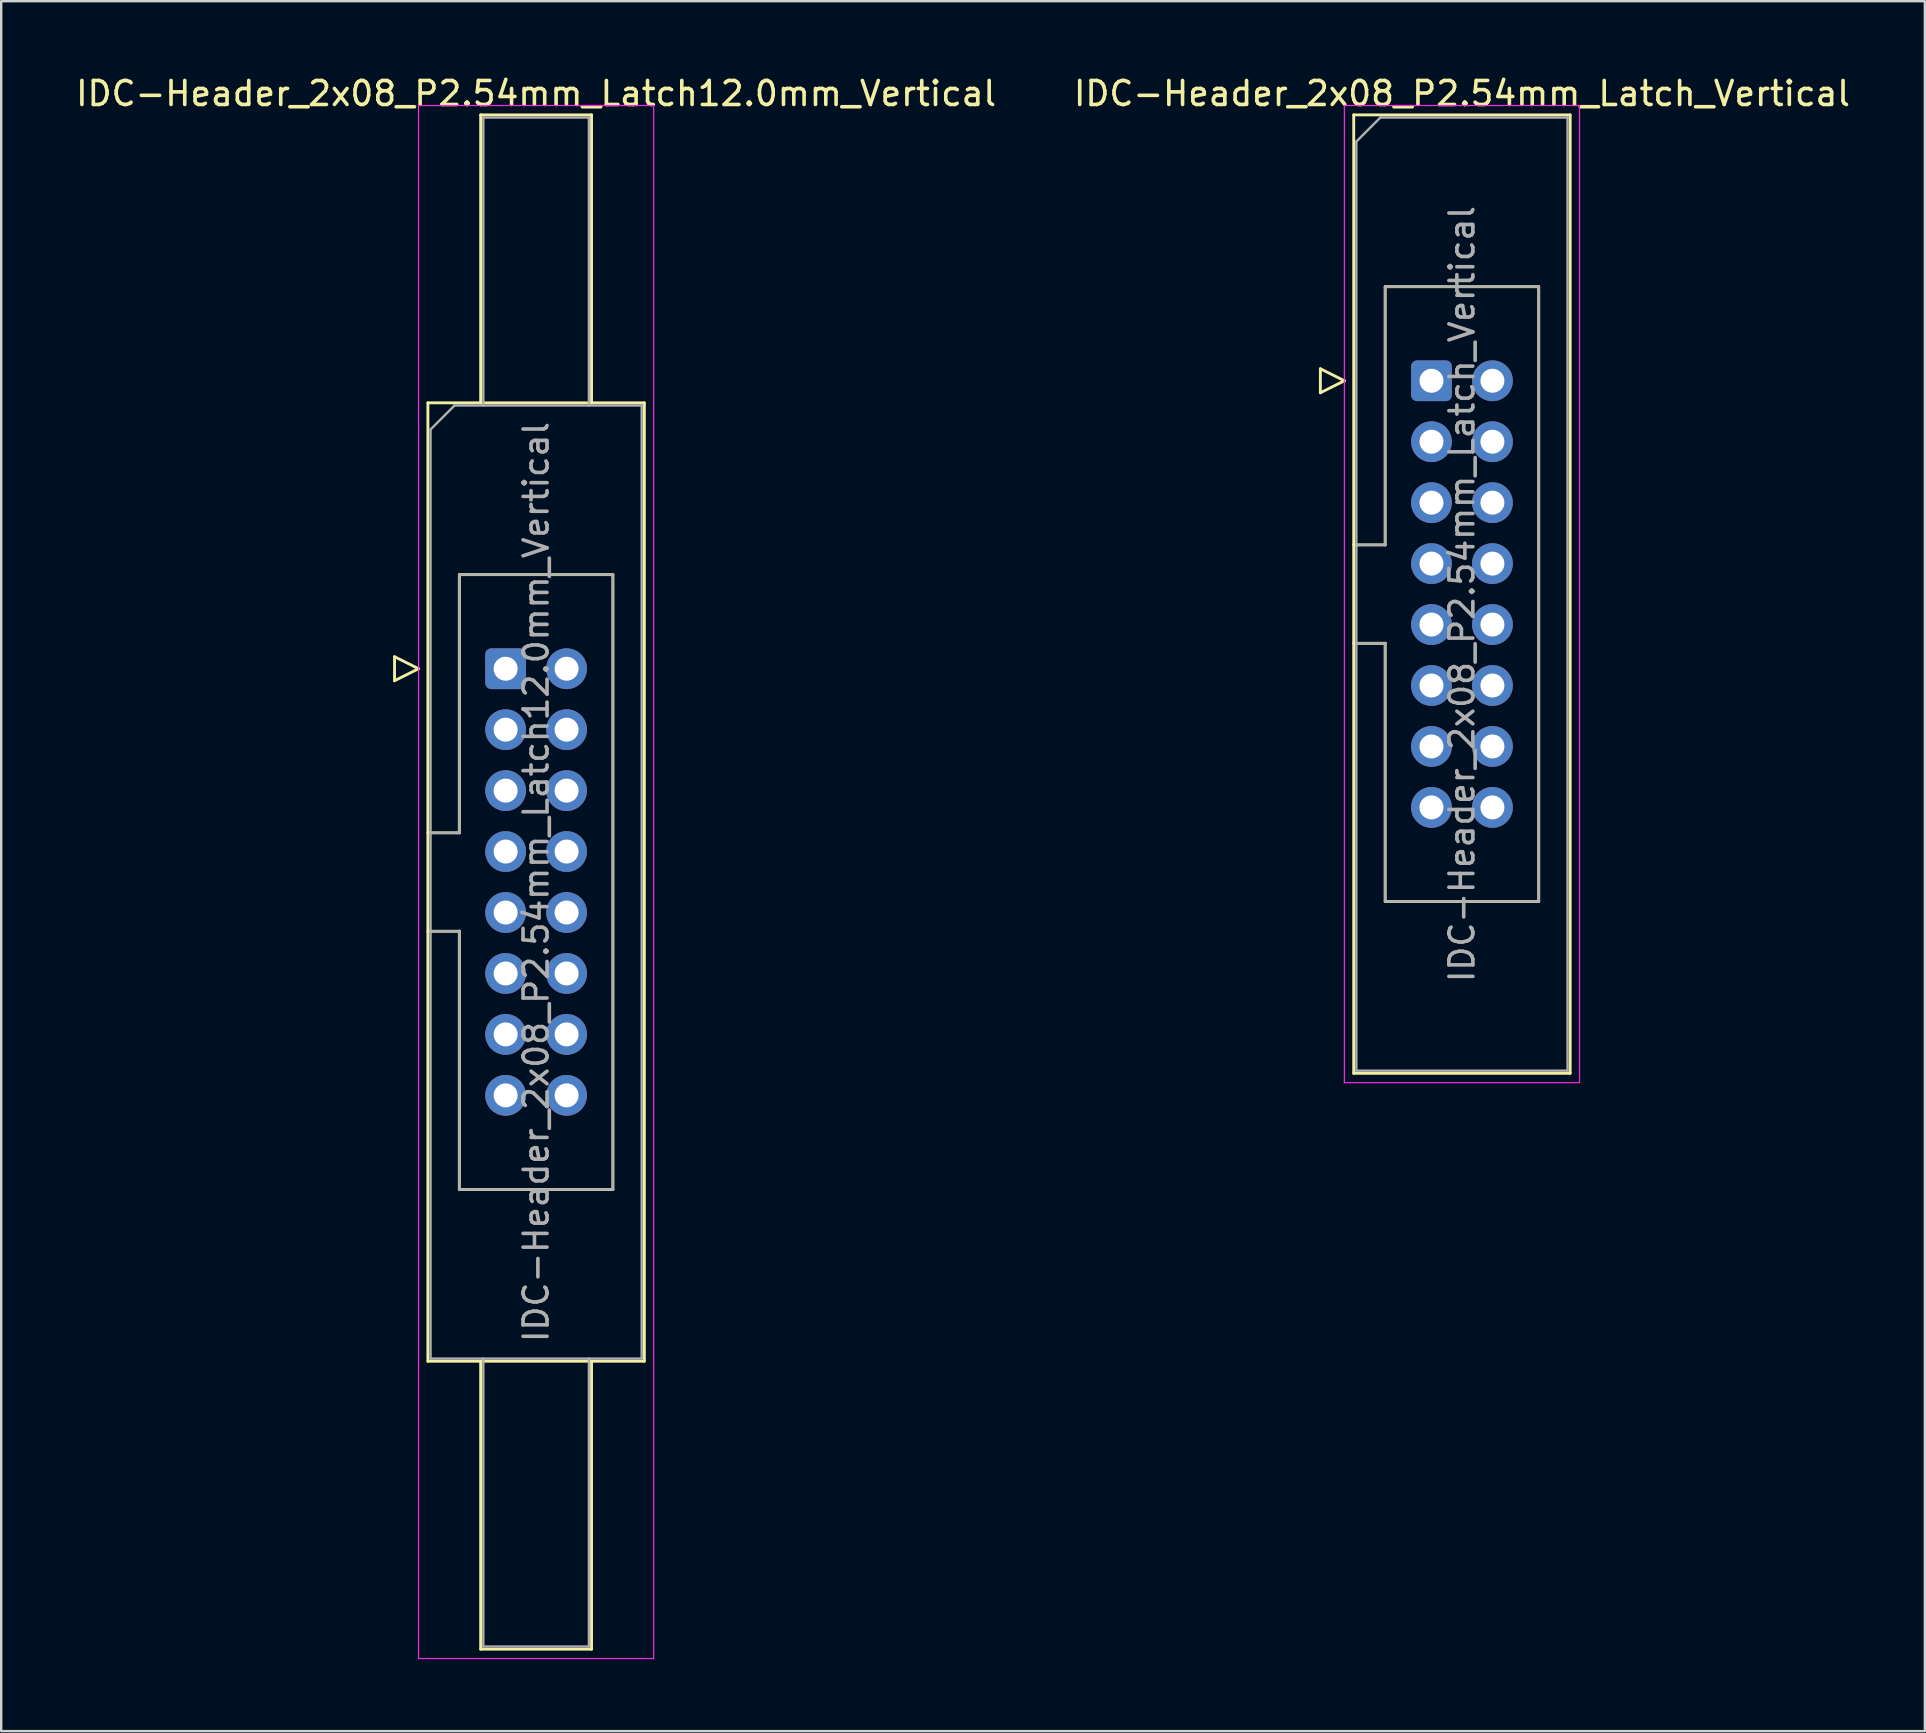
<source format=kicad_pcb>
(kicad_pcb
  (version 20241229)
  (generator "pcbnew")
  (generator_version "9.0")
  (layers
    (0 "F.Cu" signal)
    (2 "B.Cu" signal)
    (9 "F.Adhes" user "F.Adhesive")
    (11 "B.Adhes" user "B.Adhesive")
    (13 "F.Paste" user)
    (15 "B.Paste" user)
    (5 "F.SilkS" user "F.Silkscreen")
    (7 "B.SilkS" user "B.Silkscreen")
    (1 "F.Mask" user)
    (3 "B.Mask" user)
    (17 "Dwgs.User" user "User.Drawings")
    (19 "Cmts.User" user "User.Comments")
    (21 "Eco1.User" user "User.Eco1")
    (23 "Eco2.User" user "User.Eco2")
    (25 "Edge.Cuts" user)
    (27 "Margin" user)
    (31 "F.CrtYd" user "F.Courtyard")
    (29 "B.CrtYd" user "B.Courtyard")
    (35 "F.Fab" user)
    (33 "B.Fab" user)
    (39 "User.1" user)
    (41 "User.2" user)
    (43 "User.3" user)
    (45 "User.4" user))
  (footprint "IDC-Header_2x08_P2.54mm_Latch12.0mm_Vertical"
    (layer "F.Cu")
    (at 18.022 24.818)
    (property "Reference" "IDC-Header_2x08_P2.54mm_Latch12.0mm_Vertical" (at 1.27 -23.97 0) (layer "F.SilkS") (effects (font (size 1 1) (thickness 0.15))))
    (attr through_hole)
    (fp_line (start -4.63 -0.5) (end -4.63 0.5) (stroke (width 0.12) (type solid)) (layer "F.SilkS"))
    (fp_line (start -4.63 0.5) (end -3.63 0) (stroke (width 0.12) (type solid)) (layer "F.SilkS"))
    (fp_line (start -3.63 0) (end -4.63 -0.5) (stroke (width 0.12) (type solid)) (layer "F.SilkS"))
    (fp_line (start -3.24 -11.08) (end 5.78 -11.08) (stroke (width 0.12) (type solid)) (layer "F.SilkS"))
    (fp_line (start -3.24 6.84) (end -1.93 6.84) (stroke (width 0.12) (type solid)) (layer "F.SilkS"))
    (fp_line (start -3.24 28.86) (end -3.24 -11.08) (stroke (width 0.12) (type solid)) (layer "F.SilkS"))
    (fp_line (start -1.93 -3.92) (end 4.47 -3.92) (stroke (width 0.12) (type solid)) (layer "F.SilkS"))
    (fp_line (start -1.93 6.84) (end -1.93 -3.92) (stroke (width 0.12) (type solid)) (layer "F.SilkS"))
    (fp_line (start -1.93 10.94) (end -3.24 10.94) (stroke (width 0.12) (type solid)) (layer "F.SilkS"))
    (fp_line (start -1.93 10.94) (end -1.93 10.94) (stroke (width 0.12) (type solid)) (layer "F.SilkS"))
    (fp_line (start -1.93 21.7) (end -1.93 10.94) (stroke (width 0.12) (type solid)) (layer "F.SilkS"))
    (fp_line (start -1.04 -23.08) (end 3.58 -23.08) (stroke (width 0.12) (type solid)) (layer "F.SilkS"))
    (fp_line (start -1.04 -11.08) (end -1.04 -23.08) (stroke (width 0.12) (type solid)) (layer "F.SilkS"))
    (fp_line (start -1.04 28.86) (end -1.04 40.86) (stroke (width 0.12) (type solid)) (layer "F.SilkS"))
    (fp_line (start -1.04 40.86) (end 3.58 40.86) (stroke (width 0.12) (type solid)) (layer "F.SilkS"))
    (fp_line (start 3.58 -23.08) (end 3.58 -11.08) (stroke (width 0.12) (type solid)) (layer "F.SilkS"))
    (fp_line (start 3.58 40.86) (end 3.58 28.86) (stroke (width 0.12) (type solid)) (layer "F.SilkS"))
    (fp_line (start 4.47 -3.92) (end 4.47 21.7) (stroke (width 0.12) (type solid)) (layer "F.SilkS"))
    (fp_line (start 4.47 21.7) (end -1.93 21.7) (stroke (width 0.12) (type solid)) (layer "F.SilkS"))
    (fp_line (start 5.78 -11.08) (end 5.78 28.86) (stroke (width 0.12) (type solid)) (layer "F.SilkS"))
    (fp_line (start 5.78 28.86) (end -3.24 28.86) (stroke (width 0.12) (type solid)) (layer "F.SilkS"))
    (fp_line (start -3.63 -23.47) (end -3.63 41.25) (stroke (width 0.05) (type solid)) (layer "F.CrtYd"))
    (fp_line (start -3.63 41.25) (end 6.17 41.25) (stroke (width 0.05) (type solid)) (layer "F.CrtYd"))
    (fp_line (start 6.17 -23.47) (end -3.63 -23.47) (stroke (width 0.05) (type solid)) (layer "F.CrtYd"))
    (fp_line (start 6.17 41.25) (end 6.17 -23.47) (stroke (width 0.05) (type solid)) (layer "F.CrtYd"))
    (fp_line (start -3.13 -9.97) (end -2.13 -10.97) (stroke (width 0.1) (type solid)) (layer "F.Fab"))
    (fp_line (start -3.13 6.84) (end -1.93 6.84) (stroke (width 0.1) (type solid)) (layer "F.Fab"))
    (fp_line (start -3.13 28.75) (end -3.13 -9.97) (stroke (width 0.1) (type solid)) (layer "F.Fab"))
    (fp_line (start -2.13 -10.97) (end 5.67 -10.97) (stroke (width 0.1) (type solid)) (layer "F.Fab"))
    (fp_line (start -1.93 -3.92) (end 4.47 -3.92) (stroke (width 0.1) (type solid)) (layer "F.Fab"))
    (fp_line (start -1.93 6.84) (end -1.93 -3.92) (stroke (width 0.1) (type solid)) (layer "F.Fab"))
    (fp_line (start -1.93 10.94) (end -3.13 10.94) (stroke (width 0.1) (type solid)) (layer "F.Fab"))
    (fp_line (start -1.93 10.94) (end -1.93 10.94) (stroke (width 0.1) (type solid)) (layer "F.Fab"))
    (fp_line (start -1.93 21.7) (end -1.93 10.94) (stroke (width 0.1) (type solid)) (layer "F.Fab"))
    (fp_line (start -0.93 -22.97) (end 3.47 -22.97) (stroke (width 0.1) (type solid)) (layer "F.Fab"))
    (fp_line (start -0.93 -10.97) (end -0.93 -22.97) (stroke (width 0.1) (type solid)) (layer "F.Fab"))
    (fp_line (start -0.93 28.75) (end -0.93 40.75) (stroke (width 0.1) (type solid)) (layer "F.Fab"))
    (fp_line (start -0.93 40.75) (end 3.47 40.75) (stroke (width 0.1) (type solid)) (layer "F.Fab"))
    (fp_line (start 3.47 -22.97) (end 3.47 -10.97) (stroke (width 0.1) (type solid)) (layer "F.Fab"))
    (fp_line (start 3.47 40.75) (end 3.47 28.75) (stroke (width 0.1) (type solid)) (layer "F.Fab"))
    (fp_line (start 4.47 -3.92) (end 4.47 21.7) (stroke (width 0.1) (type solid)) (layer "F.Fab"))
    (fp_line (start 4.47 21.7) (end -1.93 21.7) (stroke (width 0.1) (type solid)) (layer "F.Fab"))
    (fp_line (start 5.67 -10.97) (end 5.67 28.75) (stroke (width 0.1) (type solid)) (layer "F.Fab"))
    (fp_line (start 5.67 28.75) (end -3.13 28.75) (stroke (width 0.1) (type solid)) (layer "F.Fab"))
    (fp_text user "${REFERENCE}" (at 1.27 8.89 90) (layer "F.Fab") (effects (font (size 1 1) (thickness 0.15))))
    (pad "1" thru_hole roundrect (at 0 0) (size 1.7 1.7) (drill 1) (layers "*.Cu" "*.Mask") (roundrect_rratio 0.147))
    (pad "2" thru_hole circle (at 2.54 0) (size 1.7 1.7) (drill 1) (layers "*.Cu" "*.Mask"))
    (pad "3" thru_hole circle (at 0 2.54) (size 1.7 1.7) (drill 1) (layers "*.Cu" "*.Mask"))
    (pad "4" thru_hole circle (at 2.54 2.54) (size 1.7 1.7) (drill 1) (layers "*.Cu" "*.Mask"))
    (pad "5" thru_hole circle (at 0 5.08) (size 1.7 1.7) (drill 1) (layers "*.Cu" "*.Mask"))
    (pad "6" thru_hole circle (at 2.54 5.08) (size 1.7 1.7) (drill 1) (layers "*.Cu" "*.Mask"))
    (pad "7" thru_hole circle (at 0 7.62) (size 1.7 1.7) (drill 1) (layers "*.Cu" "*.Mask"))
    (pad "8" thru_hole circle (at 2.54 7.62) (size 1.7 1.7) (drill 1) (layers "*.Cu" "*.Mask"))
    (pad "9" thru_hole circle (at 0 10.16) (size 1.7 1.7) (drill 1) (layers "*.Cu" "*.Mask"))
    (pad "10" thru_hole circle (at 2.54 10.16) (size 1.7 1.7) (drill 1) (layers "*.Cu" "*.Mask"))
    (pad "11" thru_hole circle (at 0 12.7) (size 1.7 1.7) (drill 1) (layers "*.Cu" "*.Mask"))
    (pad "12" thru_hole circle (at 2.54 12.7) (size 1.7 1.7) (drill 1) (layers "*.Cu" "*.Mask"))
    (pad "13" thru_hole circle (at 0 15.24) (size 1.7 1.7) (drill 1) (layers "*.Cu" "*.Mask"))
    (pad "14" thru_hole circle (at 2.54 15.24) (size 1.7 1.7) (drill 1) (layers "*.Cu" "*.Mask"))
    (pad "15" thru_hole circle (at 0 17.78) (size 1.7 1.7) (drill 1) (layers "*.Cu" "*.Mask"))
    (pad "16" thru_hole circle (at 2.54 17.78) (size 1.7 1.7) (drill 1) (layers "*.Cu" "*.Mask")))
  (footprint "IDC-Header_2x08_P2.54mm_Latch_Vertical"
    (layer "F.Cu")
    (at 56.605 12.818)
    (property "Reference" "IDC-Header_2x08_P2.54mm_Latch_Vertical" (at 1.27 -11.97 0) (layer "F.SilkS") (effects (font (size 1 1) (thickness 0.15))))
    (attr through_hole)
    (fp_line (start -4.63 -0.5) (end -4.63 0.5) (stroke (width 0.12) (type solid)) (layer "F.SilkS"))
    (fp_line (start -4.63 0.5) (end -3.63 0) (stroke (width 0.12) (type solid)) (layer "F.SilkS"))
    (fp_line (start -3.63 0) (end -4.63 -0.5) (stroke (width 0.12) (type solid)) (layer "F.SilkS"))
    (fp_line (start -3.24 -11.08) (end 5.78 -11.08) (stroke (width 0.12) (type solid)) (layer "F.SilkS"))
    (fp_line (start -3.24 6.84) (end -1.93 6.84) (stroke (width 0.12) (type solid)) (layer "F.SilkS"))
    (fp_line (start -3.24 28.86) (end -3.24 -11.08) (stroke (width 0.12) (type solid)) (layer "F.SilkS"))
    (fp_line (start -1.93 -3.92) (end 4.47 -3.92) (stroke (width 0.12) (type solid)) (layer "F.SilkS"))
    (fp_line (start -1.93 6.84) (end -1.93 -3.92) (stroke (width 0.12) (type solid)) (layer "F.SilkS"))
    (fp_line (start -1.93 10.94) (end -3.24 10.94) (stroke (width 0.12) (type solid)) (layer "F.SilkS"))
    (fp_line (start -1.93 10.94) (end -1.93 10.94) (stroke (width 0.12) (type solid)) (layer "F.SilkS"))
    (fp_line (start -1.93 21.7) (end -1.93 10.94) (stroke (width 0.12) (type solid)) (layer "F.SilkS"))
    (fp_line (start 4.47 -3.92) (end 4.47 21.7) (stroke (width 0.12) (type solid)) (layer "F.SilkS"))
    (fp_line (start 4.47 21.7) (end -1.93 21.7) (stroke (width 0.12) (type solid)) (layer "F.SilkS"))
    (fp_line (start 5.78 -11.08) (end 5.78 28.86) (stroke (width 0.12) (type solid)) (layer "F.SilkS"))
    (fp_line (start 5.78 28.86) (end -3.24 28.86) (stroke (width 0.12) (type solid)) (layer "F.SilkS"))
    (fp_line (start -3.63 -11.47) (end -3.63 29.25) (stroke (width 0.05) (type solid)) (layer "F.CrtYd"))
    (fp_line (start -3.63 29.25) (end 6.17 29.25) (stroke (width 0.05) (type solid)) (layer "F.CrtYd"))
    (fp_line (start 6.17 -11.47) (end -3.63 -11.47) (stroke (width 0.05) (type solid)) (layer "F.CrtYd"))
    (fp_line (start 6.17 29.25) (end 6.17 -11.47) (stroke (width 0.05) (type solid)) (layer "F.CrtYd"))
    (fp_line (start -3.13 -9.97) (end -2.13 -10.97) (stroke (width 0.1) (type solid)) (layer "F.Fab"))
    (fp_line (start -3.13 6.84) (end -1.93 6.84) (stroke (width 0.1) (type solid)) (layer "F.Fab"))
    (fp_line (start -3.13 28.75) (end -3.13 -9.97) (stroke (width 0.1) (type solid)) (layer "F.Fab"))
    (fp_line (start -2.13 -10.97) (end 5.67 -10.97) (stroke (width 0.1) (type solid)) (layer "F.Fab"))
    (fp_line (start -1.93 -3.92) (end 4.47 -3.92) (stroke (width 0.1) (type solid)) (layer "F.Fab"))
    (fp_line (start -1.93 6.84) (end -1.93 -3.92) (stroke (width 0.1) (type solid)) (layer "F.Fab"))
    (fp_line (start -1.93 10.94) (end -3.13 10.94) (stroke (width 0.1) (type solid)) (layer "F.Fab"))
    (fp_line (start -1.93 10.94) (end -1.93 10.94) (stroke (width 0.1) (type solid)) (layer "F.Fab"))
    (fp_line (start -1.93 21.7) (end -1.93 10.94) (stroke (width 0.1) (type solid)) (layer "F.Fab"))
    (fp_line (start 4.47 -3.92) (end 4.47 21.7) (stroke (width 0.1) (type solid)) (layer "F.Fab"))
    (fp_line (start 4.47 21.7) (end -1.93 21.7) (stroke (width 0.1) (type solid)) (layer "F.Fab"))
    (fp_line (start 5.67 -10.97) (end 5.67 28.75) (stroke (width 0.1) (type solid)) (layer "F.Fab"))
    (fp_line (start 5.67 28.75) (end -3.13 28.75) (stroke (width 0.1) (type solid)) (layer "F.Fab"))
    (fp_text user "${REFERENCE}" (at 1.27 8.89 90) (layer "F.Fab") (effects (font (size 1 1) (thickness 0.15))))
    (pad "1" thru_hole roundrect (at 0 0) (size 1.7 1.7) (drill 1) (layers "*.Cu" "*.Mask") (roundrect_rratio 0.147))
    (pad "2" thru_hole circle (at 2.54 0) (size 1.7 1.7) (drill 1) (layers "*.Cu" "*.Mask"))
    (pad "3" thru_hole circle (at 0 2.54) (size 1.7 1.7) (drill 1) (layers "*.Cu" "*.Mask"))
    (pad "4" thru_hole circle (at 2.54 2.54) (size 1.7 1.7) (drill 1) (layers "*.Cu" "*.Mask"))
    (pad "5" thru_hole circle (at 0 5.08) (size 1.7 1.7) (drill 1) (layers "*.Cu" "*.Mask"))
    (pad "6" thru_hole circle (at 2.54 5.08) (size 1.7 1.7) (drill 1) (layers "*.Cu" "*.Mask"))
    (pad "7" thru_hole circle (at 0 7.62) (size 1.7 1.7) (drill 1) (layers "*.Cu" "*.Mask"))
    (pad "8" thru_hole circle (at 2.54 7.62) (size 1.7 1.7) (drill 1) (layers "*.Cu" "*.Mask"))
    (pad "9" thru_hole circle (at 0 10.16) (size 1.7 1.7) (drill 1) (layers "*.Cu" "*.Mask"))
    (pad "10" thru_hole circle (at 2.54 10.16) (size 1.7 1.7) (drill 1) (layers "*.Cu" "*.Mask"))
    (pad "11" thru_hole circle (at 0 12.7) (size 1.7 1.7) (drill 1) (layers "*.Cu" "*.Mask"))
    (pad "12" thru_hole circle (at 2.54 12.7) (size 1.7 1.7) (drill 1) (layers "*.Cu" "*.Mask"))
    (pad "13" thru_hole circle (at 0 15.24) (size 1.7 1.7) (drill 1) (layers "*.Cu" "*.Mask"))
    (pad "14" thru_hole circle (at 2.54 15.24) (size 1.7 1.7) (drill 1) (layers "*.Cu" "*.Mask"))
    (pad "15" thru_hole circle (at 0 17.78) (size 1.7 1.7) (drill 1) (layers "*.Cu" "*.Mask"))
    (pad "16" thru_hole circle (at 2.54 17.78) (size 1.7 1.7) (drill 1) (layers "*.Cu" "*.Mask")))
  (gr_rect
    (start -3 -3)
    (end 77.167 69.093)
    (stroke (width 0.1) (type default))
    (fill no)
    (layer "Edge.Cuts")))
</source>
